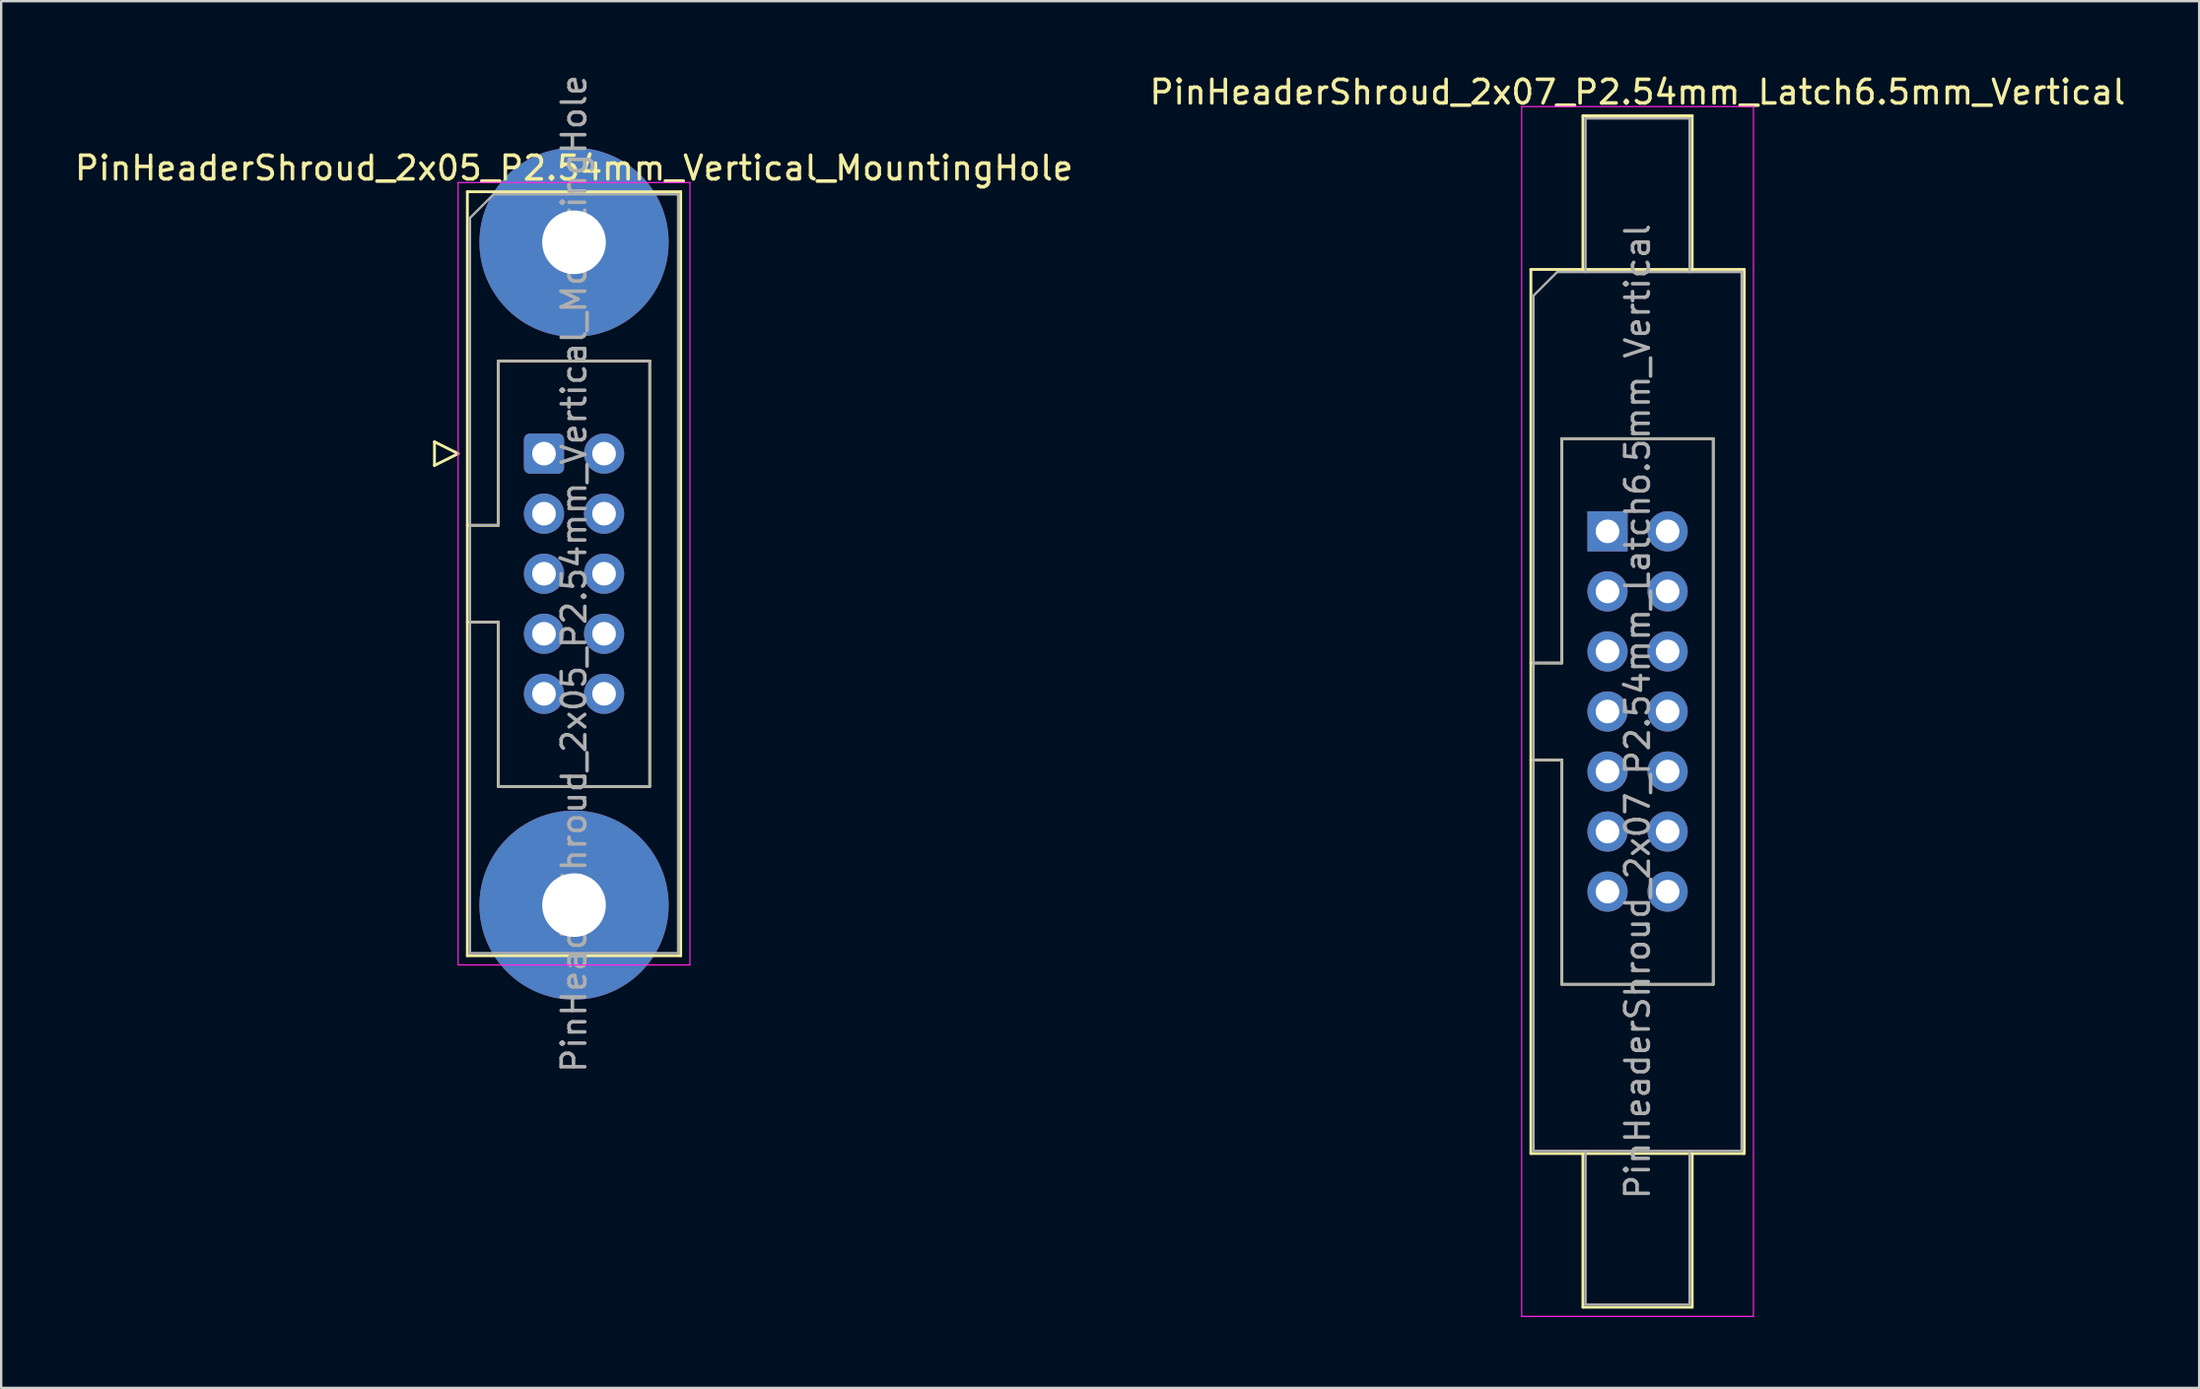
<source format=kicad_pcb>
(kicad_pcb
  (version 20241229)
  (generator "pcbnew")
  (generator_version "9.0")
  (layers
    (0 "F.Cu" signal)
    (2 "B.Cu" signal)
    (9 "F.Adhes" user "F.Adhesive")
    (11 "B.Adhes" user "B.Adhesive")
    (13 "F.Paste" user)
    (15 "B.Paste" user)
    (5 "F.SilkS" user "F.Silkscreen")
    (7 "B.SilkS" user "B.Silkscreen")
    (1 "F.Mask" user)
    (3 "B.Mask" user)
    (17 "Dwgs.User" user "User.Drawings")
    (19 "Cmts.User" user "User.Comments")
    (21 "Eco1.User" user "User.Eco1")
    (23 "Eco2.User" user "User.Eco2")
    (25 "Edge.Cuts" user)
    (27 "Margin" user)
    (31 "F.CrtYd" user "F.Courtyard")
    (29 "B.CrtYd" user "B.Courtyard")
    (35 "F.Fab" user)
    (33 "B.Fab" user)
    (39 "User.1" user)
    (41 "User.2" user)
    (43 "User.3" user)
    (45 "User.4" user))
  (footprint "PinHeaderShroud_2x07_P2.54mm_Latch6.5mm_Vertical"
    (layer "F.Cu")
    (at 64.915 19.428)
    (property "Reference" "PinHeaderShroud_2x07_P2.54mm_Latch6.5mm_Vertical" (at 1.27 -18.58 0) (layer "F.SilkS") (effects (font (size 1 1) (thickness 0.15))))
    (attr through_hole)
    (fp_line (start -3.24 -11.08) (end 5.78 -11.08) (stroke (width 0.12) (type solid)) (layer "F.SilkS"))
    (fp_line (start -3.24 5.57) (end -1.93 5.57) (stroke (width 0.12) (type solid)) (layer "F.SilkS"))
    (fp_line (start -3.24 9.67) (end -1.93 9.67) (stroke (width 0.12) (type solid)) (layer "F.SilkS"))
    (fp_line (start -3.24 26.32) (end -3.24 -11.08) (stroke (width 0.12) (type solid)) (layer "F.SilkS"))
    (fp_line (start -1.93 -3.92) (end 4.47 -3.92) (stroke (width 0.12) (type solid)) (layer "F.SilkS"))
    (fp_line (start -1.93 5.57) (end -1.93 -3.92) (stroke (width 0.12) (type solid)) (layer "F.SilkS"))
    (fp_line (start -1.93 19.16) (end -1.93 9.67) (stroke (width 0.12) (type solid)) (layer "F.SilkS"))
    (fp_line (start -1.04 -17.58) (end 3.58 -17.58) (stroke (width 0.12) (type solid)) (layer "F.SilkS"))
    (fp_line (start -1.04 -11.08) (end -1.04 -17.58) (stroke (width 0.12) (type solid)) (layer "F.SilkS"))
    (fp_line (start -1.04 26.32) (end -1.04 32.82) (stroke (width 0.12) (type solid)) (layer "F.SilkS"))
    (fp_line (start -1.04 32.82) (end 3.58 32.82) (stroke (width 0.12) (type solid)) (layer "F.SilkS"))
    (fp_line (start 3.58 -17.58) (end 3.58 -11.08) (stroke (width 0.12) (type solid)) (layer "F.SilkS"))
    (fp_line (start 3.58 32.82) (end 3.58 26.32) (stroke (width 0.12) (type solid)) (layer "F.SilkS"))
    (fp_line (start 4.47 -3.92) (end 4.47 19.16) (stroke (width 0.12) (type solid)) (layer "F.SilkS"))
    (fp_line (start 4.47 19.16) (end -1.93 19.16) (stroke (width 0.12) (type solid)) (layer "F.SilkS"))
    (fp_line (start 5.78 -11.08) (end 5.78 26.32) (stroke (width 0.12) (type solid)) (layer "F.SilkS"))
    (fp_line (start 5.78 26.32) (end -3.24 26.32) (stroke (width 0.12) (type solid)) (layer "F.SilkS"))
    (fp_line (start -3.63 -17.97) (end -3.63 33.21) (stroke (width 0.05) (type solid)) (layer "F.CrtYd"))
    (fp_line (start -3.63 33.21) (end 6.17 33.21) (stroke (width 0.05) (type solid)) (layer "F.CrtYd"))
    (fp_line (start 6.17 -17.97) (end -3.63 -17.97) (stroke (width 0.05) (type solid)) (layer "F.CrtYd"))
    (fp_line (start 6.17 33.21) (end 6.17 -17.97) (stroke (width 0.05) (type solid)) (layer "F.CrtYd"))
    (fp_line (start -3.13 -9.97) (end -2.13 -10.97) (stroke (width 0.1) (type solid)) (layer "F.Fab"))
    (fp_line (start -3.13 5.57) (end -1.93 5.57) (stroke (width 0.1) (type solid)) (layer "F.Fab"))
    (fp_line (start -3.13 9.67) (end -1.93 9.67) (stroke (width 0.1) (type solid)) (layer "F.Fab"))
    (fp_line (start -3.13 26.21) (end -3.13 -9.97) (stroke (width 0.1) (type solid)) (layer "F.Fab"))
    (fp_line (start -2.13 -10.97) (end 5.67 -10.97) (stroke (width 0.1) (type solid)) (layer "F.Fab"))
    (fp_line (start -1.93 -3.92) (end 4.47 -3.92) (stroke (width 0.1) (type solid)) (layer "F.Fab"))
    (fp_line (start -1.93 5.57) (end -1.93 -3.92) (stroke (width 0.1) (type solid)) (layer "F.Fab"))
    (fp_line (start -1.93 19.16) (end -1.93 9.67) (stroke (width 0.1) (type solid)) (layer "F.Fab"))
    (fp_line (start -0.93 -17.47) (end 3.47 -17.47) (stroke (width 0.1) (type solid)) (layer "F.Fab"))
    (fp_line (start -0.93 -10.97) (end -0.93 -17.47) (stroke (width 0.1) (type solid)) (layer "F.Fab"))
    (fp_line (start -0.93 26.21) (end -0.93 32.71) (stroke (width 0.1) (type solid)) (layer "F.Fab"))
    (fp_line (start -0.93 32.71) (end 3.47 32.71) (stroke (width 0.1) (type solid)) (layer "F.Fab"))
    (fp_line (start 3.47 -17.47) (end 3.47 -10.97) (stroke (width 0.1) (type solid)) (layer "F.Fab"))
    (fp_line (start 3.47 32.71) (end 3.47 26.21) (stroke (width 0.1) (type solid)) (layer "F.Fab"))
    (fp_line (start 4.47 -3.92) (end 4.47 19.16) (stroke (width 0.1) (type solid)) (layer "F.Fab"))
    (fp_line (start 4.47 19.16) (end -1.93 19.16) (stroke (width 0.1) (type solid)) (layer "F.Fab"))
    (fp_line (start 5.67 -10.97) (end 5.67 26.21) (stroke (width 0.1) (type solid)) (layer "F.Fab"))
    (fp_line (start 5.67 26.21) (end -3.13 26.21) (stroke (width 0.1) (type solid)) (layer "F.Fab"))
    (fp_text user "${REFERENCE}" (at 1.27 7.62 90) (layer "F.Fab") (effects (font (size 1 1) (thickness 0.15))))
    (pad "1" thru_hole rect (at 0 0) (size 1.7 1.7) (drill 1) (layers "*.Cu" "*.Mask"))
    (pad "2" thru_hole circle (at 2.54 0) (size 1.7 1.7) (drill 1) (layers "*.Cu" "*.Mask"))
    (pad "3" thru_hole circle (at 0 2.54) (size 1.7 1.7) (drill 1) (layers "*.Cu" "*.Mask"))
    (pad "4" thru_hole circle (at 2.54 2.54) (size 1.7 1.7) (drill 1) (layers "*.Cu" "*.Mask"))
    (pad "5" thru_hole circle (at 0 5.08) (size 1.7 1.7) (drill 1) (layers "*.Cu" "*.Mask"))
    (pad "6" thru_hole circle (at 2.54 5.08) (size 1.7 1.7) (drill 1) (layers "*.Cu" "*.Mask"))
    (pad "7" thru_hole circle (at 0 7.62) (size 1.7 1.7) (drill 1) (layers "*.Cu" "*.Mask"))
    (pad "8" thru_hole circle (at 2.54 7.62) (size 1.7 1.7) (drill 1) (layers "*.Cu" "*.Mask"))
    (pad "9" thru_hole circle (at 0 10.16) (size 1.7 1.7) (drill 1) (layers "*.Cu" "*.Mask"))
    (pad "10" thru_hole circle (at 2.54 10.16) (size 1.7 1.7) (drill 1) (layers "*.Cu" "*.Mask"))
    (pad "11" thru_hole circle (at 0 12.7) (size 1.7 1.7) (drill 1) (layers "*.Cu" "*.Mask"))
    (pad "12" thru_hole circle (at 2.54 12.7) (size 1.7 1.7) (drill 1) (layers "*.Cu" "*.Mask"))
    (pad "13" thru_hole circle (at 0 15.24) (size 1.7 1.7) (drill 1) (layers "*.Cu" "*.Mask"))
    (pad "14" thru_hole circle (at 2.54 15.24) (size 1.7 1.7) (drill 1) (layers "*.Cu" "*.Mask")))
  (footprint "PinHeaderShroud_2x05_P2.54mm_Vertical_MountingHole"
    (layer "F.Cu")
    (at 19.95 16.14)
    (property "Reference" "PinHeaderShroud_2x05_P2.54mm_Vertical_MountingHole" (at 1.27 -12.08 0) (layer "F.SilkS") (effects (font (size 1 1) (thickness 0.15))))
    (attr through_hole)
    (fp_line (start -4.63 -0.5) (end -4.63 0.5) (stroke (width 0.12) (type solid)) (layer "F.SilkS"))
    (fp_line (start -4.63 0.5) (end -3.63 0) (stroke (width 0.12) (type solid)) (layer "F.SilkS"))
    (fp_line (start -3.63 0) (end -4.63 -0.5) (stroke (width 0.12) (type solid)) (layer "F.SilkS"))
    (fp_line (start -3.24 -11.08) (end 5.78 -11.08) (stroke (width 0.12) (type solid)) (layer "F.SilkS"))
    (fp_line (start -3.24 3.03) (end -1.93 3.03) (stroke (width 0.12) (type solid)) (layer "F.SilkS"))
    (fp_line (start -3.24 7.13) (end -1.93 7.13) (stroke (width 0.12) (type solid)) (layer "F.SilkS"))
    (fp_line (start -3.24 21.24) (end -3.24 -11.08) (stroke (width 0.12) (type solid)) (layer "F.SilkS"))
    (fp_line (start -1.93 -3.92) (end 4.47 -3.92) (stroke (width 0.12) (type solid)) (layer "F.SilkS"))
    (fp_line (start -1.93 3.03) (end -1.93 -3.92) (stroke (width 0.12) (type solid)) (layer "F.SilkS"))
    (fp_line (start -1.93 14.08) (end -1.93 7.13) (stroke (width 0.12) (type solid)) (layer "F.SilkS"))
    (fp_line (start 4.47 -3.92) (end 4.47 14.08) (stroke (width 0.12) (type solid)) (layer "F.SilkS"))
    (fp_line (start 4.47 14.08) (end -1.93 14.08) (stroke (width 0.12) (type solid)) (layer "F.SilkS"))
    (fp_line (start 5.78 -11.08) (end 5.78 21.24) (stroke (width 0.12) (type solid)) (layer "F.SilkS"))
    (fp_line (start 5.78 21.24) (end -3.24 21.24) (stroke (width 0.12) (type solid)) (layer "F.SilkS"))
    (fp_line (start -3.63 -11.47) (end -3.63 21.63) (stroke (width 0.05) (type solid)) (layer "F.CrtYd"))
    (fp_line (start -3.63 21.63) (end 6.17 21.63) (stroke (width 0.05) (type solid)) (layer "F.CrtYd"))
    (fp_line (start 6.17 -11.47) (end -3.63 -11.47) (stroke (width 0.05) (type solid)) (layer "F.CrtYd"))
    (fp_line (start 6.17 21.63) (end 6.17 -11.47) (stroke (width 0.05) (type solid)) (layer "F.CrtYd"))
    (fp_line (start -3.13 -9.97) (end -2.13 -10.97) (stroke (width 0.1) (type solid)) (layer "F.Fab"))
    (fp_line (start -3.13 3.03) (end -1.93 3.03) (stroke (width 0.1) (type solid)) (layer "F.Fab"))
    (fp_line (start -3.13 7.13) (end -1.93 7.13) (stroke (width 0.1) (type solid)) (layer "F.Fab"))
    (fp_line (start -3.13 21.13) (end -3.13 -9.97) (stroke (width 0.1) (type solid)) (layer "F.Fab"))
    (fp_line (start -2.13 -10.97) (end 5.67 -10.97) (stroke (width 0.1) (type solid)) (layer "F.Fab"))
    (fp_line (start -1.93 -3.92) (end 4.47 -3.92) (stroke (width 0.1) (type solid)) (layer "F.Fab"))
    (fp_line (start -1.93 3.03) (end -1.93 -3.92) (stroke (width 0.1) (type solid)) (layer "F.Fab"))
    (fp_line (start -1.93 14.08) (end -1.93 7.13) (stroke (width 0.1) (type solid)) (layer "F.Fab"))
    (fp_line (start 4.47 -3.92) (end 4.47 14.08) (stroke (width 0.1) (type solid)) (layer "F.Fab"))
    (fp_line (start 4.47 14.08) (end -1.93 14.08) (stroke (width 0.1) (type solid)) (layer "F.Fab"))
    (fp_line (start 5.67 -10.97) (end 5.67 21.13) (stroke (width 0.1) (type solid)) (layer "F.Fab"))
    (fp_line (start 5.67 21.13) (end -3.13 21.13) (stroke (width 0.1) (type solid)) (layer "F.Fab"))
    (fp_text user "${REFERENCE}" (at 1.27 5.08 90) (layer "F.Fab") (effects (font (size 1 1) (thickness 0.15))))
    (pad "" thru_hole circle (at 1.27 -8.94) (size 8 8) (drill 2.69) (layers "*.Cu" "*.Mask"))
    (pad "" thru_hole circle (at 1.27 19.1) (size 8 8) (drill 2.69) (layers "*.Cu" "*.Mask"))
    (pad "1" thru_hole roundrect (at 0 0) (size 1.7 1.7) (drill 1) (layers "*.Cu" "*.Mask") (roundrect_rratio 0.147))
    (pad "2" thru_hole circle (at 2.54 0) (size 1.7 1.7) (drill 1) (layers "*.Cu" "*.Mask"))
    (pad "3" thru_hole circle (at 0 2.54) (size 1.7 1.7) (drill 1) (layers "*.Cu" "*.Mask"))
    (pad "4" thru_hole circle (at 2.54 2.54) (size 1.7 1.7) (drill 1) (layers "*.Cu" "*.Mask"))
    (pad "5" thru_hole circle (at 0 5.08) (size 1.7 1.7) (drill 1) (layers "*.Cu" "*.Mask"))
    (pad "6" thru_hole circle (at 2.54 5.08) (size 1.7 1.7) (drill 1) (layers "*.Cu" "*.Mask"))
    (pad "7" thru_hole circle (at 0 7.62) (size 1.7 1.7) (drill 1) (layers "*.Cu" "*.Mask"))
    (pad "8" thru_hole circle (at 2.54 7.62) (size 1.7 1.7) (drill 1) (layers "*.Cu" "*.Mask"))
    (pad "9" thru_hole circle (at 0 10.16) (size 1.7 1.7) (drill 1) (layers "*.Cu" "*.Mask"))
    (pad "10" thru_hole circle (at 2.54 10.16) (size 1.7 1.7) (drill 1) (layers "*.Cu" "*.Mask")))
  (gr_rect
    (start -3 -3)
    (end 89.929 55.663)
    (stroke (width 0.1) (type default))
    (fill no)
    (layer "Edge.Cuts")))
</source>
